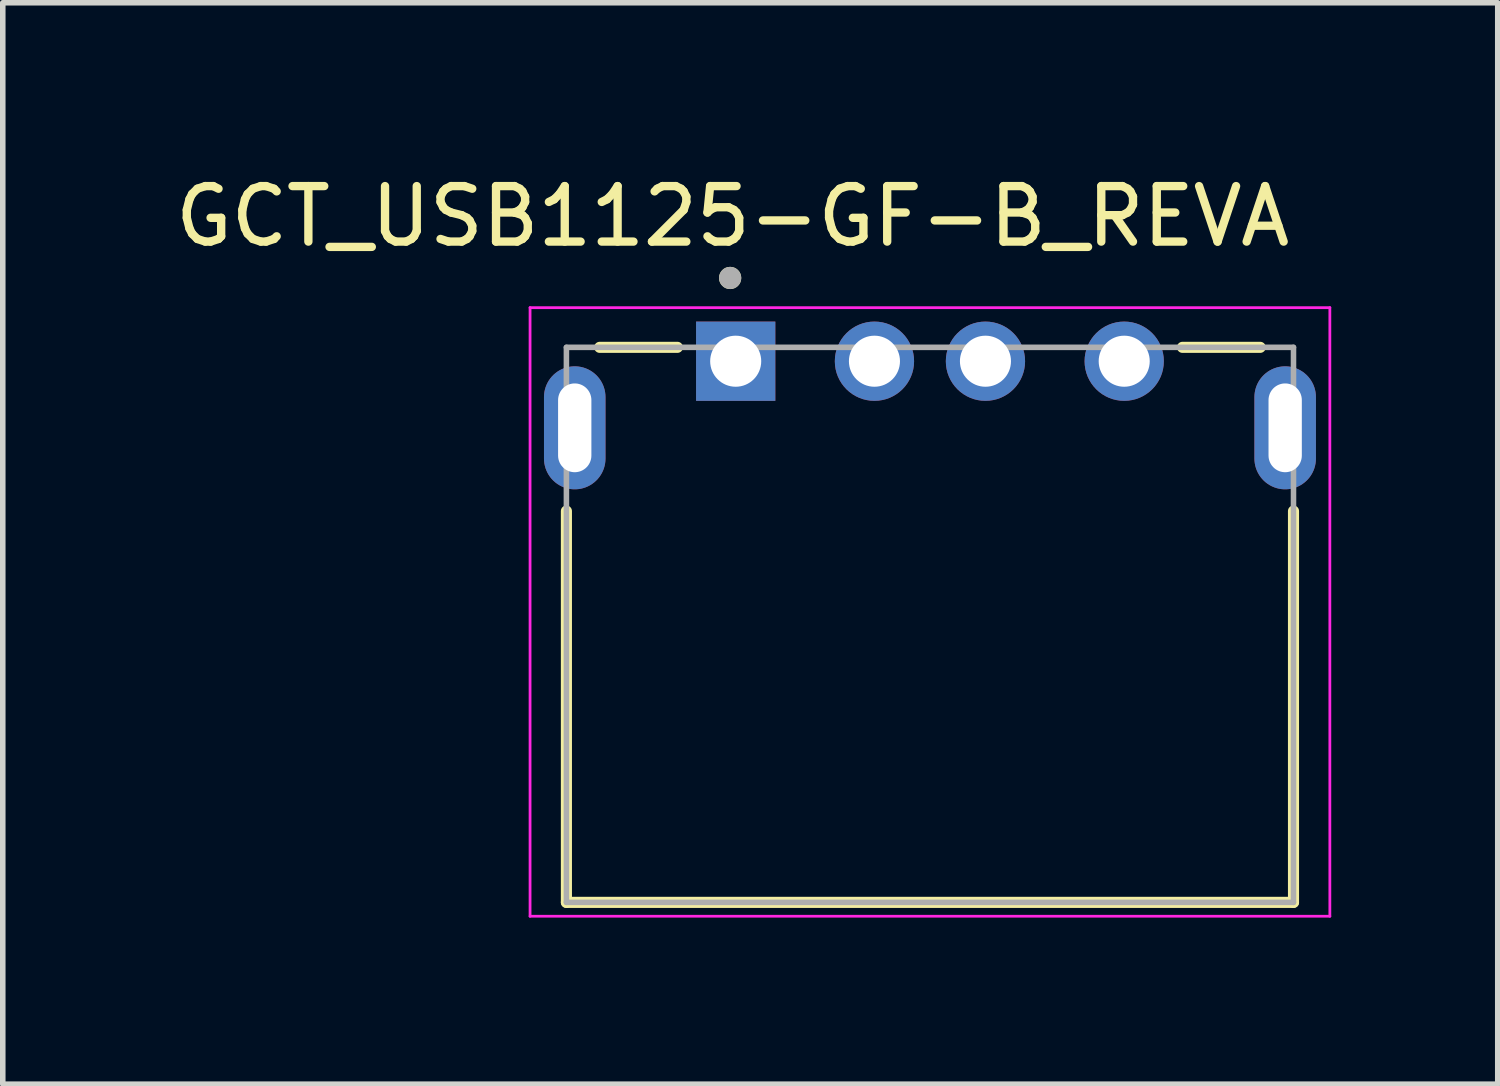
<source format=kicad_pcb>
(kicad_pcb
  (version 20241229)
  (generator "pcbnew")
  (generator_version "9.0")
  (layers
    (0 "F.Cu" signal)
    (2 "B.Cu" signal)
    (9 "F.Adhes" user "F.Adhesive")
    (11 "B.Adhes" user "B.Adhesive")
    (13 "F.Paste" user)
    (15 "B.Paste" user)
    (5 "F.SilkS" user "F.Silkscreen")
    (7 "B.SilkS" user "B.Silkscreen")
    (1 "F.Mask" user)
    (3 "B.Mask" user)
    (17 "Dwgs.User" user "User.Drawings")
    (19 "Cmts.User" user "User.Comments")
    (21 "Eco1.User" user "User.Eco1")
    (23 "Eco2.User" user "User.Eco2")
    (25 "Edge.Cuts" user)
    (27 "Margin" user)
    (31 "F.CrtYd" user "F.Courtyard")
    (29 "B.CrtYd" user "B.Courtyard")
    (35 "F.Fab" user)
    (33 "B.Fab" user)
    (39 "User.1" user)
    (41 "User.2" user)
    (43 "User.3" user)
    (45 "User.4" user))
  (footprint "GCT_USB1125-GF-B_REVA"
    (layer "F.Cu")
    (at 13.705 4.658)
    (property "Reference" "GCT_USB1125-GF-B_REVA" (at -3.556 -3.81 0) (layer "F.SilkS") (effects (font (size 1 1) (thickness 0.15))))
    (attr through_hole)
    (fp_line (start -6.55 1.5) (end -6.55 8.55) (stroke (width 0.2) (type solid)) (layer "F.SilkS"))
    (fp_line (start -6.55 8.55) (end 6.55 8.55) (stroke (width 0.2) (type solid)) (layer "F.SilkS"))
    (fp_line (start -5.95 -1.45) (end -4.55 -1.45) (stroke (width 0.2) (type solid)) (layer "F.SilkS"))
    (fp_line (start 5.95 -1.45) (end 4.55 -1.45) (stroke (width 0.2) (type solid)) (layer "F.SilkS"))
    (fp_line (start 6.55 8.55) (end 6.55 1.5) (stroke (width 0.2) (type solid)) (layer "F.SilkS"))
    (fp_circle (center -3.6 -2.7) (end -3.5 -2.7) (stroke (width 0.2) (type solid)) (fill no) (layer "F.SilkS"))
    (fp_line (start -7.205 -2.165) (end 7.205 -2.165) (stroke (width 0.05) (type solid)) (layer "F.CrtYd"))
    (fp_line (start -7.205 8.8) (end -7.205 -2.165) (stroke (width 0.05) (type solid)) (layer "F.CrtYd"))
    (fp_line (start 7.205 -2.165) (end 7.205 8.8) (stroke (width 0.05) (type solid)) (layer "F.CrtYd"))
    (fp_line (start 7.205 8.8) (end -7.205 8.8) (stroke (width 0.05) (type solid)) (layer "F.CrtYd"))
    (fp_line (start -6.55 -1.45) (end 6.55 -1.45) (stroke (width 0.1) (type solid)) (layer "F.Fab"))
    (fp_line (start -6.55 8.55) (end -6.55 -1.45) (stroke (width 0.1) (type solid)) (layer "F.Fab"))
    (fp_line (start 6.55 -1.45) (end 6.55 8.55) (stroke (width 0.1) (type solid)) (layer "F.Fab"))
    (fp_line (start 6.55 8.55) (end -6.55 8.55) (stroke (width 0.1) (type solid)) (layer "F.Fab"))
    (fp_circle (center -3.6 -2.7) (end -3.5 -2.7) (stroke (width 0.2) (type solid)) (fill no) (layer "F.Fab"))
    (pad "1" thru_hole rect (at -3.5 -1.2) (size 1.428 1.428) (drill 0.92) (layers "*.Cu" "*.Mask"))
    (pad "2" thru_hole circle (at -1 -1.2) (size 1.428 1.428) (drill 0.92) (layers "*.Cu" "*.Mask"))
    (pad "3" thru_hole circle (at 1 -1.2) (size 1.428 1.428) (drill 0.92) (layers "*.Cu" "*.Mask"))
    (pad "4" thru_hole circle (at 3.5 -1.2) (size 1.428 1.428) (drill 0.92) (layers "*.Cu" "*.Mask"))
    (pad "S1" thru_hole oval (at -6.4 0) (size 1.108 2.216) (drill oval 0.6 1.6) (layers "*.Cu" "*.Mask"))
    (pad "S2" thru_hole oval (at 6.4 0) (size 1.108 2.216) (drill oval 0.6 1.6) (layers "*.Cu" "*.Mask")))
  (gr_rect
    (start -3 -3)
    (end 23.935 16.483)
    (stroke (width 0.1) (type default))
    (fill no)
    (layer "Edge.Cuts")))
</source>
